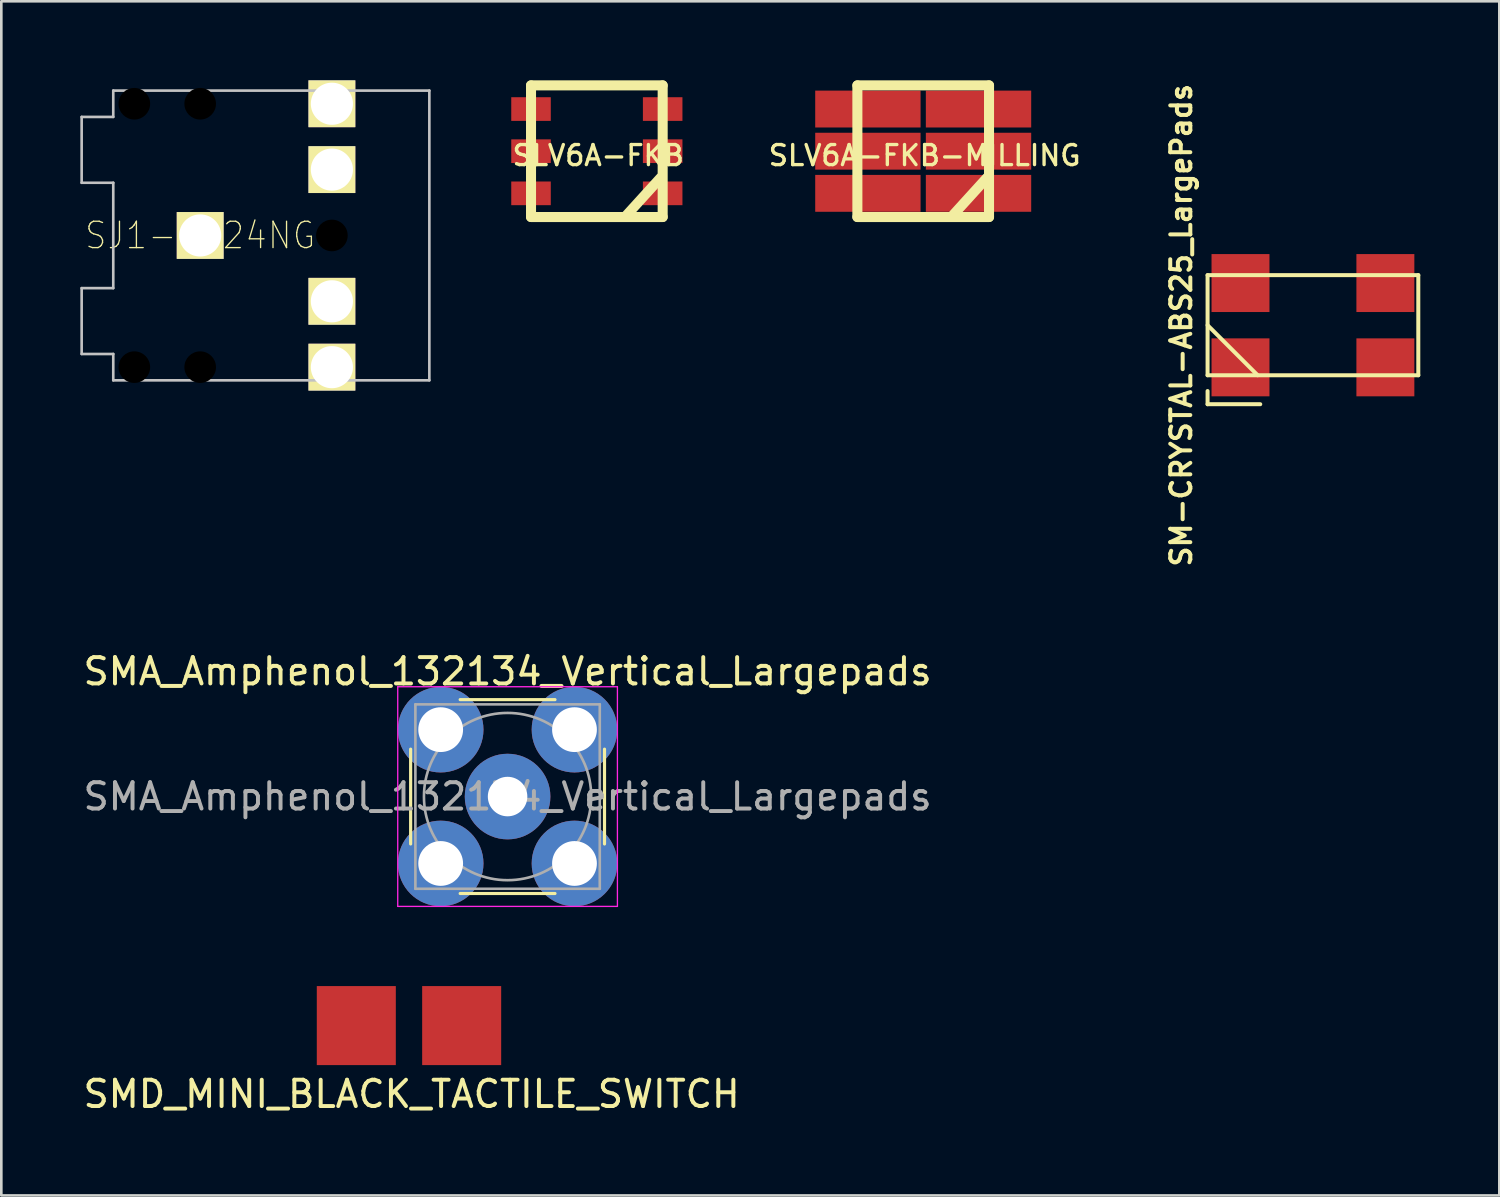
<source format=kicad_pcb>
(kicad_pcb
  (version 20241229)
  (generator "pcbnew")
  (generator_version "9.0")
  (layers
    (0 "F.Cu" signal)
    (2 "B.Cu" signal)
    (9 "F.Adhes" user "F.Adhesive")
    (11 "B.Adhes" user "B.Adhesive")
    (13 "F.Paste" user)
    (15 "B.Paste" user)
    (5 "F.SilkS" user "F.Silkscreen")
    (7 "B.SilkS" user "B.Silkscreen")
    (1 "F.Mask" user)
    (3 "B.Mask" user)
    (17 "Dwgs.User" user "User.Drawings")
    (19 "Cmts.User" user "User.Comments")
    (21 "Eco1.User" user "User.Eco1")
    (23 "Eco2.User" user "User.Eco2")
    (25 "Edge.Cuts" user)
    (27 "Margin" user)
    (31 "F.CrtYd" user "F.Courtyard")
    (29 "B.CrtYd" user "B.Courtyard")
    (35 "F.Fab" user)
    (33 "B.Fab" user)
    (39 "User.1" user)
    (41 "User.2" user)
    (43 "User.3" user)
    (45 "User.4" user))
  (footprint "SJ1-3524NG"
    (layer "F.Cu")
    (at 4.55 5.889)
    (property "Reference" "SJ1-3524NG" (at 0 0 0) (layer "F.SilkS") (effects (font (size 1 0.9) (thickness 0.05))))
    (attr through_hole)
    (fp_line (start -4.5 -4.5) (end -4.5 -2) (stroke (width 0.1) (type solid)) (layer "Dwgs.User"))
    (fp_line (start -4.5 -4.5) (end -3.3 -4.5) (stroke (width 0.1) (type solid)) (layer "Dwgs.User"))
    (fp_line (start -4.5 -2) (end -3.3 -2) (stroke (width 0.1) (type solid)) (layer "Dwgs.User"))
    (fp_line (start -4.5 2) (end -4.5 4.5) (stroke (width 0.1) (type solid)) (layer "Dwgs.User"))
    (fp_line (start -4.5 2) (end -3.3 2) (stroke (width 0.1) (type solid)) (layer "Dwgs.User"))
    (fp_line (start -4.5 4.5) (end -3.3 4.5) (stroke (width 0.1) (type solid)) (layer "Dwgs.User"))
    (fp_line (start -3.3 -5.5) (end -3.3 -4.5) (stroke (width 0.1) (type solid)) (layer "Dwgs.User"))
    (fp_line (start -3.3 -2) (end -3.3 2) (stroke (width 0.1) (type solid)) (layer "Dwgs.User"))
    (fp_line (start -3.3 4.5) (end -3.3 5.5) (stroke (width 0.1) (type solid)) (layer "Dwgs.User"))
    (fp_line (start -3.3 5.5) (end 8.7 5.5) (stroke (width 0.1) (type solid)) (layer "Dwgs.User"))
    (fp_line (start 8.7 -5.5) (end -3.3 -5.5) (stroke (width 0.1) (type solid)) (layer "Dwgs.User"))
    (fp_line (start 8.7 5.5) (end 8.7 -5.5) (stroke (width 0.1) (type solid)) (layer "Dwgs.User"))
    (pad "" np_thru_hole circle (at -2.5 -5) (size 1.2 1.2) (drill 1.2) (layers))
    (pad "" np_thru_hole circle (at -2.5 5) (size 1.2 1.2) (drill 1.2) (layers))
    (pad "" np_thru_hole circle (at 0 -5) (size 1.2 1.2) (drill 1.2) (layers))
    (pad "" np_thru_hole circle (at 0 5) (size 1.2 1.2) (drill 1.2) (layers))
    (pad "" np_thru_hole circle (at 5 0) (size 1.2 1.2) (drill 1.2) (layers))
    (pad "1" thru_hole rect (at 0 0) (size 1.778 1.778) (drill 1.6) (layers "*.Cu" "*.Mask" "F.SilkS"))
    (pad "2" thru_hole rect (at 5 5) (size 1.778 1.778) (drill 1.6) (layers "*.Cu" "*.Mask" "F.SilkS"))
    (pad "3" thru_hole rect (at 5 -5) (size 1.778 1.778) (drill 1.6) (layers "*.Cu" "*.Mask" "F.SilkS"))
    (pad "4" thru_hole rect (at 5 2.5) (size 1.778 1.778) (drill 1.6) (layers "*.Cu" "*.Mask" "F.SilkS"))
    (pad "5" thru_hole rect (at 5 -2.5) (size 1.778 1.778) (drill 1.6) (layers "*.Cu" "*.Mask" "F.SilkS")))
  (footprint "SLV6A-FKB"
    (layer "F.Cu")
    (at 19.609 2.69)
    (property "Reference" "SLV6A-FKB" (at 0.053 0.163 0) (layer "F.SilkS") (effects (font (size 0.762 0.762) (thickness 0.127))))
    (attr through_hole)
    (fp_line (start -2.499 -2.499) (end 2.499 -2.499) (stroke (width 0.381) (type solid)) (layer "F.SilkS"))
    (fp_line (start -2.499 2.499) (end -2.499 -2.499) (stroke (width 0.381) (type solid)) (layer "F.SilkS"))
    (fp_line (start 1.143 2.413) (end 2.413 1.016) (stroke (width 0.381) (type solid)) (layer "F.SilkS"))
    (fp_line (start 2.499 -2.499) (end 2.499 2.499) (stroke (width 0.381) (type solid)) (layer "F.SilkS"))
    (fp_line (start 2.499 2.499) (end -2.499 2.499) (stroke (width 0.381) (type solid)) (layer "F.SilkS"))
    (pad "1" smd rect (at -2.499 1.6 90) (size 0.899 1.501) (layers "F.Cu" "F.Mask" "F.Paste"))
    (pad "2" smd rect (at -2.499 0 90) (size 0.899 1.501) (layers "F.Cu" "F.Mask" "F.Paste"))
    (pad "3" smd rect (at -2.499 -1.6 90) (size 0.899 1.501) (layers "F.Cu" "F.Mask" "F.Paste"))
    (pad "4" smd rect (at 2.499 -1.6 90) (size 0.899 1.501) (layers "F.Cu" "F.Mask" "F.Paste"))
    (pad "5" smd rect (at 2.499 0 90) (size 0.899 1.501) (layers "F.Cu" "F.Mask" "F.Paste"))
    (pad "6" smd rect (at 2.499 1.6 90) (size 0.899 1.501) (layers "F.Cu" "F.Mask" "F.Paste")))
  (footprint "SLV6A-FKB-MILLING"
    (layer "F.Cu")
    (at 31.999 2.69)
    (property "Reference" "SLV6A-FKB-MILLING" (at 0.053 0.163 0) (layer "F.SilkS") (effects (font (size 0.762 0.762) (thickness 0.127))))
    (attr through_hole)
    (fp_line (start -2.499 -2.499) (end 2.499 -2.499) (stroke (width 0.381) (type solid)) (layer "F.SilkS"))
    (fp_line (start -2.499 2.499) (end -2.499 -2.499) (stroke (width 0.381) (type solid)) (layer "F.SilkS"))
    (fp_line (start 1.143 2.413) (end 2.413 1.016) (stroke (width 0.381) (type solid)) (layer "F.SilkS"))
    (fp_line (start 2.499 -2.499) (end 2.499 2.499) (stroke (width 0.381) (type solid)) (layer "F.SilkS"))
    (fp_line (start 2.499 2.499) (end -2.499 2.499) (stroke (width 0.381) (type solid)) (layer "F.SilkS"))
    (pad "1" smd rect (at -2.1 1.6 90) (size 1.4 4) (layers "F.Cu" "F.Mask" "F.Paste"))
    (pad "2" smd rect (at -2.1 0 90) (size 1.4 4) (layers "F.Cu" "F.Mask" "F.Paste"))
    (pad "3" smd rect (at -2.1 -1.6 90) (size 1.4 4) (layers "F.Cu" "F.Mask" "F.Paste"))
    (pad "4" smd rect (at 2.1 -1.6 90) (size 1.4 4) (layers "F.Cu" "F.Mask" "F.Paste"))
    (pad "5" smd rect (at 2.1 0 90) (size 1.4 4) (layers "F.Cu" "F.Mask" "F.Paste"))
    (pad "6" smd rect (at 2.1 1.6 90) (size 1.4 4) (layers "F.Cu" "F.Mask" "F.Paste")))
  (footprint "SMA_Amphenol_132134_Vertical_Largepads"
    (layer "F.Cu")
    (at 16.22 27.191)
    (property "Reference" "SMA_Amphenol_132134_Vertical_Largepads" (at 0 -4.75 0) (layer "F.SilkS") (effects (font (size 1 1) (thickness 0.15))))
    (attr through_hole)
    (fp_line (start -3.68 -1.8) (end -3.68 1.8) (stroke (width 0.12) (type solid)) (layer "F.SilkS"))
    (fp_line (start -1.8 -3.68) (end 1.8 -3.68) (stroke (width 0.12) (type solid)) (layer "F.SilkS"))
    (fp_line (start -1.8 3.68) (end 1.8 3.68) (stroke (width 0.12) (type solid)) (layer "F.SilkS"))
    (fp_line (start 3.68 -1.8) (end 3.68 1.8) (stroke (width 0.12) (type solid)) (layer "F.SilkS"))
    (fp_line (start -4.17 -4.17) (end -4.17 4.17) (stroke (width 0.05) (type solid)) (layer "F.CrtYd"))
    (fp_line (start -4.17 -4.17) (end 4.17 -4.17) (stroke (width 0.05) (type solid)) (layer "F.CrtYd"))
    (fp_line (start 4.17 4.17) (end -4.17 4.17) (stroke (width 0.05) (type solid)) (layer "F.CrtYd"))
    (fp_line (start 4.17 4.17) (end 4.17 -4.17) (stroke (width 0.05) (type solid)) (layer "F.CrtYd"))
    (fp_line (start -3.5 -3.5) (end -3.5 3.5) (stroke (width 0.1) (type solid)) (layer "F.Fab"))
    (fp_line (start -3.5 -3.5) (end 3.5 -3.5) (stroke (width 0.1) (type solid)) (layer "F.Fab"))
    (fp_line (start -3.5 3.5) (end 3.5 3.5) (stroke (width 0.1) (type solid)) (layer "F.Fab"))
    (fp_line (start 3.5 -3.5) (end 3.5 3.5) (stroke (width 0.1) (type solid)) (layer "F.Fab"))
    (fp_circle (center 0 0) (end 3.175 0) (stroke (width 0.1) (type solid)) (fill no) (layer "F.Fab"))
    (fp_text user "${REFERENCE}" (at 0 0 0) (layer "F.Fab") (effects (font (size 1 1) (thickness 0.15))))
    (pad "1" thru_hole circle (at 0 0) (size 3.25 3.25) (drill 1.5) (layers "*.Cu" "*.Mask"))
    (pad "2" thru_hole circle (at -2.54 -2.54) (size 3.25 3.25) (drill 1.7) (layers "*.Cu" "*.Mask"))
    (pad "2" thru_hole circle (at -2.54 2.54) (size 3.25 3.25) (drill 1.7) (layers "*.Cu" "*.Mask"))
    (pad "2" thru_hole circle (at 2.54 -2.54) (size 3.25 3.25) (drill 1.7) (layers "*.Cu" "*.Mask"))
    (pad "2" thru_hole circle (at 2.54 2.54) (size 3.25 3.25) (drill 1.7) (layers "*.Cu" "*.Mask")))
  (footprint "SM-CRYSTAL-ABS25_LargePads"
    (layer "F.Cu")
    (at 46.795 9.296)
    (property "Reference" "SM-CRYSTAL-ABS25_LargePads" (at -5 0 90) (layer "F.SilkS") (effects (font (size 0.762 0.762) (thickness 0.152))))
    (attr through_hole)
    (fp_line (start -4 -1.9) (end -4 1.9) (stroke (width 0.152) (type solid)) (layer "F.SilkS"))
    (fp_line (start -4 0) (end -2.1 1.9) (stroke (width 0.152) (type solid)) (layer "F.SilkS"))
    (fp_line (start -4 1.9) (end 4 1.9) (stroke (width 0.152) (type solid)) (layer "F.SilkS"))
    (fp_line (start -4 3) (end -4 2.5) (stroke (width 0.152) (type solid)) (layer "F.SilkS"))
    (fp_line (start -2 3) (end -4 3) (stroke (width 0.152) (type solid)) (layer "F.SilkS"))
    (fp_line (start 4 -1.9) (end -4 -1.9) (stroke (width 0.152) (type solid)) (layer "F.SilkS"))
    (fp_line (start 4 1.9) (end 4 -1.9) (stroke (width 0.152) (type solid)) (layer "F.SilkS"))
    (pad "1" smd rect (at -2.75 1.6) (size 2.2 2.2) (layers "F.Cu" "F.Mask" "F.Paste"))
    (pad "2" smd rect (at 2.75 1.6) (size 2.2 2.2) (layers "F.Cu" "F.Mask" "F.Paste"))
    (pad "3" smd rect (at 2.75 -1.6) (size 2.2 2.2) (layers "F.Cu" "F.Mask" "F.Paste"))
    (pad "4" smd rect (at -2.75 -1.6) (size 2.2 2.2) (layers "F.Cu" "F.Mask" "F.Paste")))
  (footprint "SMD_MINI_BLACK_TACTILE_SWITCH"
    (layer "F.Cu")
    (at 12.477 35.886)
    (property "Reference" "SMD_MINI_BLACK_TACTILE_SWITCH" (at 0.1 2.6 0) (layer "F.SilkS") (effects (font (size 1 1) (thickness 0.15))))
    (attr through_hole)
    (pad "1" smd rect (at -2 0) (size 3 3) (layers "F.Cu" "F.Mask" "F.Paste"))
    (pad "2" smd rect (at 2 0) (size 3 3) (layers "F.Cu" "F.Mask" "F.Paste")))
  (gr_rect
    (start -3 -3)
    (end 53.871 42.334)
    (stroke (width 0.1) (type default))
    (fill no)
    (layer "Edge.Cuts")))
</source>
